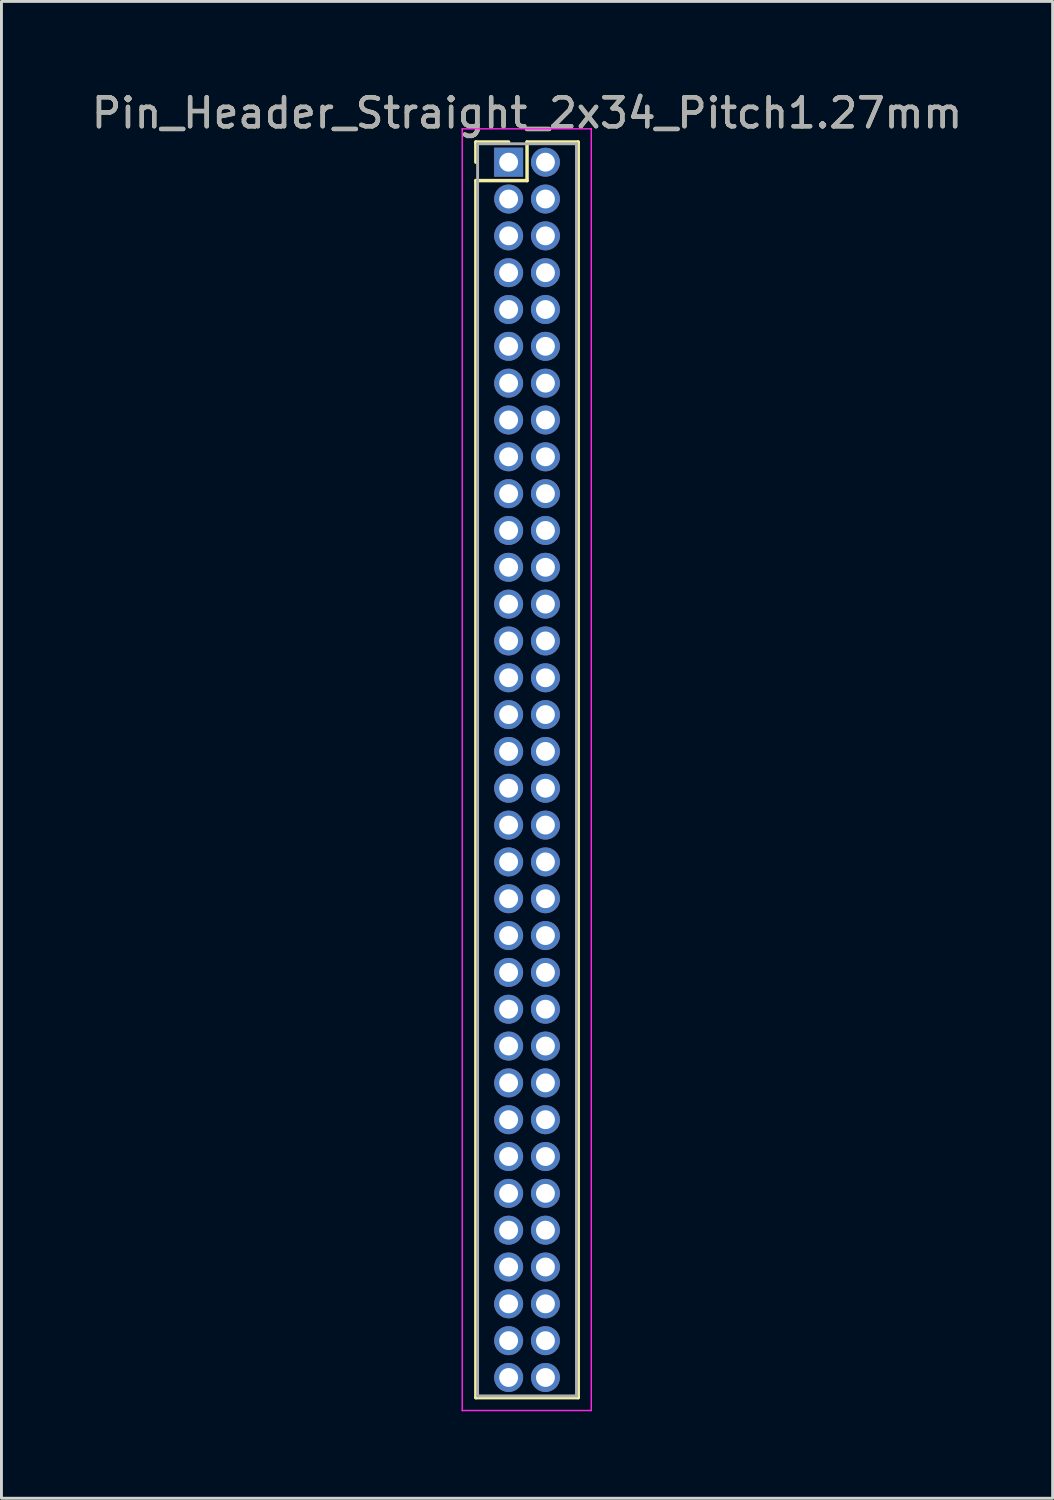
<source format=kicad_pcb>
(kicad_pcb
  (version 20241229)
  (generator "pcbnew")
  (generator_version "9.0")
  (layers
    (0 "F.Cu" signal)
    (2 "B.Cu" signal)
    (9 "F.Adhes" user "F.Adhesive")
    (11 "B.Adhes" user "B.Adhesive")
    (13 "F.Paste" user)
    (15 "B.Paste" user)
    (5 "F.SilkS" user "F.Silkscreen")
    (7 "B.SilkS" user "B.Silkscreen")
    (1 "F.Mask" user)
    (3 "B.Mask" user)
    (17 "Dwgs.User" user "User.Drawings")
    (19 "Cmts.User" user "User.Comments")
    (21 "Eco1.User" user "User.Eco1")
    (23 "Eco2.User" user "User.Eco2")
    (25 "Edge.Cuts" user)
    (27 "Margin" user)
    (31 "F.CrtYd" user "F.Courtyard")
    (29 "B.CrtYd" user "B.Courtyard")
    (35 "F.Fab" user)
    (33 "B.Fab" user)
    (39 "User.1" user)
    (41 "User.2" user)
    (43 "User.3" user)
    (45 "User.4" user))
  (footprint "Pin_Header_Straight_2x34_Pitch1.27mm"
    (layer "F.Cu")
    (at 14.49 2.543)
    (property "Reference" "Pin_Header_Straight_2x34_Pitch1.27mm" (at 0.635 -1.695 0) (layer "F.SilkS") (effects (font (size 1 1) (thickness 0.15))))
    (attr through_hole)
    (fp_line (start -1.13 -0.695) (end 0 -0.695) (stroke (width 0.12) (type solid)) (layer "F.SilkS"))
    (fp_line (start -1.13 0) (end -1.13 -0.695) (stroke (width 0.12) (type solid)) (layer "F.SilkS"))
    (fp_line (start -1.13 0.635) (end -1.13 42.605) (stroke (width 0.12) (type solid)) (layer "F.SilkS"))
    (fp_line (start -1.13 42.605) (end 2.4 42.605) (stroke (width 0.12) (type solid)) (layer "F.SilkS"))
    (fp_line (start 0.635 -0.695) (end 0.635 0.635) (stroke (width 0.12) (type solid)) (layer "F.SilkS"))
    (fp_line (start 0.635 0.635) (end -1.13 0.635) (stroke (width 0.12) (type solid)) (layer "F.SilkS"))
    (fp_line (start 2.4 -0.695) (end 0.635 -0.695) (stroke (width 0.12) (type solid)) (layer "F.SilkS"))
    (fp_line (start 2.4 42.605) (end 2.4 -0.695) (stroke (width 0.12) (type solid)) (layer "F.SilkS"))
    (fp_line (start -1.6 -1.15) (end -1.6 43.05) (stroke (width 0.05) (type solid)) (layer "F.CrtYd"))
    (fp_line (start -1.6 43.05) (end 2.85 43.05) (stroke (width 0.05) (type solid)) (layer "F.CrtYd"))
    (fp_line (start 2.85 -1.15) (end -1.6 -1.15) (stroke (width 0.05) (type solid)) (layer "F.CrtYd"))
    (fp_line (start 2.85 43.05) (end 2.85 -1.15) (stroke (width 0.05) (type solid)) (layer "F.CrtYd"))
    (fp_line (start -1.07 -0.635) (end -1.07 42.545) (stroke (width 0.1) (type solid)) (layer "F.Fab"))
    (fp_line (start -1.07 42.545) (end 2.34 42.545) (stroke (width 0.1) (type solid)) (layer "F.Fab"))
    (fp_line (start 2.34 -0.635) (end -1.07 -0.635) (stroke (width 0.1) (type solid)) (layer "F.Fab"))
    (fp_line (start 2.34 42.545) (end 2.34 -0.635) (stroke (width 0.1) (type solid)) (layer "F.Fab"))
    (fp_text user "${REFERENCE}" (at 0.635 -1.695 0) (layer "F.Fab") (effects (font (size 1 1) (thickness 0.15))))
    (pad "1" thru_hole rect (at 0 0) (size 1 1) (drill 0.65) (layers "*.Cu" "*.Mask"))
    (pad "2" thru_hole oval (at 1.27 0) (size 1 1) (drill 0.65) (layers "*.Cu" "*.Mask"))
    (pad "3" thru_hole oval (at 0 1.27) (size 1 1) (drill 0.65) (layers "*.Cu" "*.Mask"))
    (pad "4" thru_hole oval (at 1.27 1.27) (size 1 1) (drill 0.65) (layers "*.Cu" "*.Mask"))
    (pad "5" thru_hole oval (at 0 2.54) (size 1 1) (drill 0.65) (layers "*.Cu" "*.Mask"))
    (pad "6" thru_hole oval (at 1.27 2.54) (size 1 1) (drill 0.65) (layers "*.Cu" "*.Mask"))
    (pad "7" thru_hole oval (at 0 3.81) (size 1 1) (drill 0.65) (layers "*.Cu" "*.Mask"))
    (pad "8" thru_hole oval (at 1.27 3.81) (size 1 1) (drill 0.65) (layers "*.Cu" "*.Mask"))
    (pad "9" thru_hole oval (at 0 5.08) (size 1 1) (drill 0.65) (layers "*.Cu" "*.Mask"))
    (pad "10" thru_hole oval (at 1.27 5.08) (size 1 1) (drill 0.65) (layers "*.Cu" "*.Mask"))
    (pad "11" thru_hole oval (at 0 6.35) (size 1 1) (drill 0.65) (layers "*.Cu" "*.Mask"))
    (pad "12" thru_hole oval (at 1.27 6.35) (size 1 1) (drill 0.65) (layers "*.Cu" "*.Mask"))
    (pad "13" thru_hole oval (at 0 7.62) (size 1 1) (drill 0.65) (layers "*.Cu" "*.Mask"))
    (pad "14" thru_hole oval (at 1.27 7.62) (size 1 1) (drill 0.65) (layers "*.Cu" "*.Mask"))
    (pad "15" thru_hole oval (at 0 8.89) (size 1 1) (drill 0.65) (layers "*.Cu" "*.Mask"))
    (pad "16" thru_hole oval (at 1.27 8.89) (size 1 1) (drill 0.65) (layers "*.Cu" "*.Mask"))
    (pad "17" thru_hole oval (at 0 10.16) (size 1 1) (drill 0.65) (layers "*.Cu" "*.Mask"))
    (pad "18" thru_hole oval (at 1.27 10.16) (size 1 1) (drill 0.65) (layers "*.Cu" "*.Mask"))
    (pad "19" thru_hole oval (at 0 11.43) (size 1 1) (drill 0.65) (layers "*.Cu" "*.Mask"))
    (pad "20" thru_hole oval (at 1.27 11.43) (size 1 1) (drill 0.65) (layers "*.Cu" "*.Mask"))
    (pad "21" thru_hole oval (at 0 12.7) (size 1 1) (drill 0.65) (layers "*.Cu" "*.Mask"))
    (pad "22" thru_hole oval (at 1.27 12.7) (size 1 1) (drill 0.65) (layers "*.Cu" "*.Mask"))
    (pad "23" thru_hole oval (at 0 13.97) (size 1 1) (drill 0.65) (layers "*.Cu" "*.Mask"))
    (pad "24" thru_hole oval (at 1.27 13.97) (size 1 1) (drill 0.65) (layers "*.Cu" "*.Mask"))
    (pad "25" thru_hole oval (at 0 15.24) (size 1 1) (drill 0.65) (layers "*.Cu" "*.Mask"))
    (pad "26" thru_hole oval (at 1.27 15.24) (size 1 1) (drill 0.65) (layers "*.Cu" "*.Mask"))
    (pad "27" thru_hole oval (at 0 16.51) (size 1 1) (drill 0.65) (layers "*.Cu" "*.Mask"))
    (pad "28" thru_hole oval (at 1.27 16.51) (size 1 1) (drill 0.65) (layers "*.Cu" "*.Mask"))
    (pad "29" thru_hole oval (at 0 17.78) (size 1 1) (drill 0.65) (layers "*.Cu" "*.Mask"))
    (pad "30" thru_hole oval (at 1.27 17.78) (size 1 1) (drill 0.65) (layers "*.Cu" "*.Mask"))
    (pad "31" thru_hole oval (at 0 19.05) (size 1 1) (drill 0.65) (layers "*.Cu" "*.Mask"))
    (pad "32" thru_hole oval (at 1.27 19.05) (size 1 1) (drill 0.65) (layers "*.Cu" "*.Mask"))
    (pad "33" thru_hole oval (at 0 20.32) (size 1 1) (drill 0.65) (layers "*.Cu" "*.Mask"))
    (pad "34" thru_hole oval (at 1.27 20.32) (size 1 1) (drill 0.65) (layers "*.Cu" "*.Mask"))
    (pad "35" thru_hole oval (at 0 21.59) (size 1 1) (drill 0.65) (layers "*.Cu" "*.Mask"))
    (pad "36" thru_hole oval (at 1.27 21.59) (size 1 1) (drill 0.65) (layers "*.Cu" "*.Mask"))
    (pad "37" thru_hole oval (at 0 22.86) (size 1 1) (drill 0.65) (layers "*.Cu" "*.Mask"))
    (pad "38" thru_hole oval (at 1.27 22.86) (size 1 1) (drill 0.65) (layers "*.Cu" "*.Mask"))
    (pad "39" thru_hole oval (at 0 24.13) (size 1 1) (drill 0.65) (layers "*.Cu" "*.Mask"))
    (pad "40" thru_hole oval (at 1.27 24.13) (size 1 1) (drill 0.65) (layers "*.Cu" "*.Mask"))
    (pad "41" thru_hole oval (at 0 25.4) (size 1 1) (drill 0.65) (layers "*.Cu" "*.Mask"))
    (pad "42" thru_hole oval (at 1.27 25.4) (size 1 1) (drill 0.65) (layers "*.Cu" "*.Mask"))
    (pad "43" thru_hole oval (at 0 26.67) (size 1 1) (drill 0.65) (layers "*.Cu" "*.Mask"))
    (pad "44" thru_hole oval (at 1.27 26.67) (size 1 1) (drill 0.65) (layers "*.Cu" "*.Mask"))
    (pad "45" thru_hole oval (at 0 27.94) (size 1 1) (drill 0.65) (layers "*.Cu" "*.Mask"))
    (pad "46" thru_hole oval (at 1.27 27.94) (size 1 1) (drill 0.65) (layers "*.Cu" "*.Mask"))
    (pad "47" thru_hole oval (at 0 29.21) (size 1 1) (drill 0.65) (layers "*.Cu" "*.Mask"))
    (pad "48" thru_hole oval (at 1.27 29.21) (size 1 1) (drill 0.65) (layers "*.Cu" "*.Mask"))
    (pad "49" thru_hole oval (at 0 30.48) (size 1 1) (drill 0.65) (layers "*.Cu" "*.Mask"))
    (pad "50" thru_hole oval (at 1.27 30.48) (size 1 1) (drill 0.65) (layers "*.Cu" "*.Mask"))
    (pad "51" thru_hole oval (at 0 31.75) (size 1 1) (drill 0.65) (layers "*.Cu" "*.Mask"))
    (pad "52" thru_hole oval (at 1.27 31.75) (size 1 1) (drill 0.65) (layers "*.Cu" "*.Mask"))
    (pad "53" thru_hole oval (at 0 33.02) (size 1 1) (drill 0.65) (layers "*.Cu" "*.Mask"))
    (pad "54" thru_hole oval (at 1.27 33.02) (size 1 1) (drill 0.65) (layers "*.Cu" "*.Mask"))
    (pad "55" thru_hole oval (at 0 34.29) (size 1 1) (drill 0.65) (layers "*.Cu" "*.Mask"))
    (pad "56" thru_hole oval (at 1.27 34.29) (size 1 1) (drill 0.65) (layers "*.Cu" "*.Mask"))
    (pad "57" thru_hole oval (at 0 35.56) (size 1 1) (drill 0.65) (layers "*.Cu" "*.Mask"))
    (pad "58" thru_hole oval (at 1.27 35.56) (size 1 1) (drill 0.65) (layers "*.Cu" "*.Mask"))
    (pad "59" thru_hole oval (at 0 36.83) (size 1 1) (drill 0.65) (layers "*.Cu" "*.Mask"))
    (pad "60" thru_hole oval (at 1.27 36.83) (size 1 1) (drill 0.65) (layers "*.Cu" "*.Mask"))
    (pad "61" thru_hole oval (at 0 38.1) (size 1 1) (drill 0.65) (layers "*.Cu" "*.Mask"))
    (pad "62" thru_hole oval (at 1.27 38.1) (size 1 1) (drill 0.65) (layers "*.Cu" "*.Mask"))
    (pad "63" thru_hole oval (at 0 39.37) (size 1 1) (drill 0.65) (layers "*.Cu" "*.Mask"))
    (pad "64" thru_hole oval (at 1.27 39.37) (size 1 1) (drill 0.65) (layers "*.Cu" "*.Mask"))
    (pad "65" thru_hole oval (at 0 40.64) (size 1 1) (drill 0.65) (layers "*.Cu" "*.Mask"))
    (pad "66" thru_hole oval (at 1.27 40.64) (size 1 1) (drill 0.65) (layers "*.Cu" "*.Mask"))
    (pad "67" thru_hole oval (at 0 41.91) (size 1 1) (drill 0.65) (layers "*.Cu" "*.Mask"))
    (pad "68" thru_hole oval (at 1.27 41.91) (size 1 1) (drill 0.65) (layers "*.Cu" "*.Mask")))
  (gr_rect
    (start -3 -3)
    (end 33.25 48.618)
    (stroke (width 0.1) (type default))
    (fill no)
    (layer "Edge.Cuts")))
</source>
